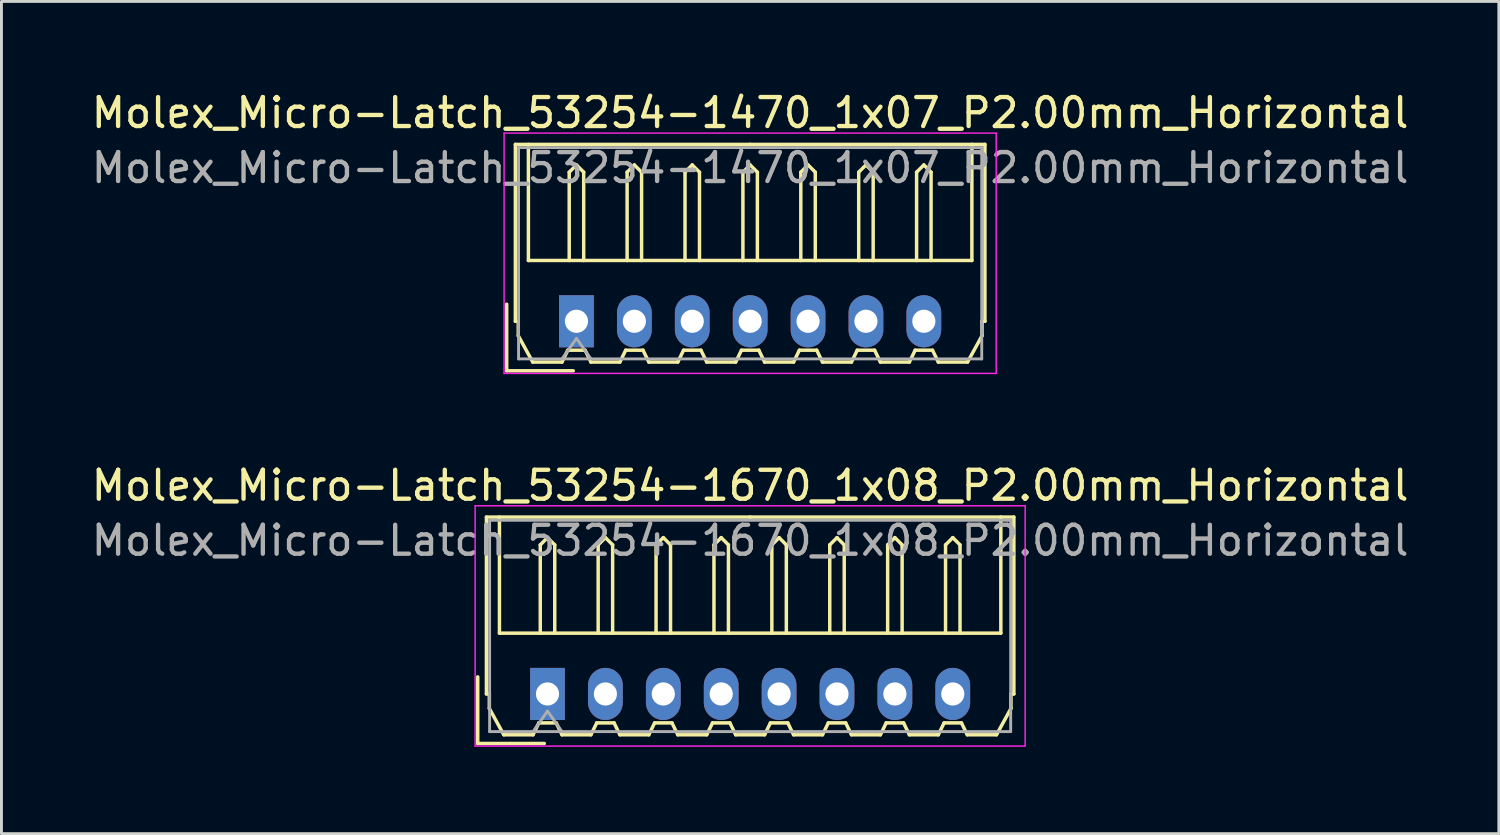
<source format=kicad_pcb>
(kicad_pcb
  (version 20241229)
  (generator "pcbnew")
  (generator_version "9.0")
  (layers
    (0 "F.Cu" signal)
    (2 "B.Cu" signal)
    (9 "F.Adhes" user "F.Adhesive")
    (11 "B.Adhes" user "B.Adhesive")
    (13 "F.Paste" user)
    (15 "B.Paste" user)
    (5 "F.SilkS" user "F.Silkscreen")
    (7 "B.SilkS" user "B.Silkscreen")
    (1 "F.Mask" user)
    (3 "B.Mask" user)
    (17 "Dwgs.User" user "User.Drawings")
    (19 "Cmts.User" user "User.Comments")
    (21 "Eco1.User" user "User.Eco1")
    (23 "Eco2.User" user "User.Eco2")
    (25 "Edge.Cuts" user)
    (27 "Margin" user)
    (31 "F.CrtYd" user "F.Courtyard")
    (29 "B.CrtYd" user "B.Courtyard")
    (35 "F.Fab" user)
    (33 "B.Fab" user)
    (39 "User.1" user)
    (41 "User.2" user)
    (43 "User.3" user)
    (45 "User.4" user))
  (footprint "Molex_Micro-Latch_53254-1470_1x07_P2.00mm_Horizontal"
    (layer "F.Cu")
    (at 16.863 8.048)
    (property "Reference" "Molex_Micro-Latch_53254-1470_1x07_P2.00mm_Horizontal" (at 6 -7.2 0) (layer "F.SilkS") (effects (font (size 1 1) (thickness 0.15))))
    (attr through_hole)
    (fp_line (start -2.41 1.71) (end -2.41 -0.59) (stroke (width 0.12) (type solid)) (layer "F.SilkS"))
    (fp_line (start -2.11 -6.11) (end 6 -6.11) (stroke (width 0.12) (type solid)) (layer "F.SilkS"))
    (fp_line (start -2.11 0) (end -2.11 -6.11) (stroke (width 0.12) (type solid)) (layer "F.SilkS"))
    (fp_line (start -2.01 0) (end -2.11 0) (stroke (width 0.12) (type solid)) (layer "F.SilkS"))
    (fp_line (start -2.01 0.5) (end -2.01 0) (stroke (width 0.12) (type solid)) (layer "F.SilkS"))
    (fp_line (start -1.66 -6.11) (end -1.66 -2.1) (stroke (width 0.12) (type solid)) (layer "F.SilkS"))
    (fp_line (start -1.66 -2.1) (end 13.66 -2.1) (stroke (width 0.12) (type solid)) (layer "F.SilkS"))
    (fp_line (start -1.51 1.41) (end -2.01 0.5) (stroke (width 0.12) (type solid)) (layer "F.SilkS"))
    (fp_line (start -0.5 1.41) (end -1.51 1.41) (stroke (width 0.12) (type solid)) (layer "F.SilkS"))
    (fp_line (start -0.3 1) (end -0.5 1.41) (stroke (width 0.12) (type solid)) (layer "F.SilkS"))
    (fp_line (start -0.3 1) (end 0.3 1) (stroke (width 0.12) (type solid)) (layer "F.SilkS"))
    (fp_line (start -0.25 -5.15) (end 0 -5.4) (stroke (width 0.12) (type solid)) (layer "F.SilkS"))
    (fp_line (start -0.25 -2.1) (end -0.25 -5.15) (stroke (width 0.12) (type solid)) (layer "F.SilkS"))
    (fp_line (start -0.11 1.71) (end -2.41 1.71) (stroke (width 0.12) (type solid)) (layer "F.SilkS"))
    (fp_line (start 0 -5.4) (end 0.25 -5.15) (stroke (width 0.12) (type solid)) (layer "F.SilkS"))
    (fp_line (start 0.25 -5.15) (end 0.25 -2.1) (stroke (width 0.12) (type solid)) (layer "F.SilkS"))
    (fp_line (start 0.3 1) (end 0.5 1.41) (stroke (width 0.12) (type solid)) (layer "F.SilkS"))
    (fp_line (start 0.5 1.41) (end 1.5 1.41) (stroke (width 0.12) (type solid)) (layer "F.SilkS"))
    (fp_line (start 1.5 1.41) (end 1.7 1) (stroke (width 0.12) (type solid)) (layer "F.SilkS"))
    (fp_line (start 1.7 1) (end 2.3 1) (stroke (width 0.12) (type solid)) (layer "F.SilkS"))
    (fp_line (start 1.75 -5.15) (end 2 -5.4) (stroke (width 0.12) (type solid)) (layer "F.SilkS"))
    (fp_line (start 1.75 -2.1) (end 1.75 -5.15) (stroke (width 0.12) (type solid)) (layer "F.SilkS"))
    (fp_line (start 2 -5.4) (end 2.25 -5.15) (stroke (width 0.12) (type solid)) (layer "F.SilkS"))
    (fp_line (start 2.25 -5.15) (end 2.25 -2.1) (stroke (width 0.12) (type solid)) (layer "F.SilkS"))
    (fp_line (start 2.3 1) (end 2.5 1.41) (stroke (width 0.12) (type solid)) (layer "F.SilkS"))
    (fp_line (start 2.5 1.41) (end 3.5 1.41) (stroke (width 0.12) (type solid)) (layer "F.SilkS"))
    (fp_line (start 3.5 1.41) (end 3.7 1) (stroke (width 0.12) (type solid)) (layer "F.SilkS"))
    (fp_line (start 3.7 1) (end 4.3 1) (stroke (width 0.12) (type solid)) (layer "F.SilkS"))
    (fp_line (start 3.75 -5.15) (end 4 -5.4) (stroke (width 0.12) (type solid)) (layer "F.SilkS"))
    (fp_line (start 3.75 -2.1) (end 3.75 -5.15) (stroke (width 0.12) (type solid)) (layer "F.SilkS"))
    (fp_line (start 4 -5.4) (end 4.25 -5.15) (stroke (width 0.12) (type solid)) (layer "F.SilkS"))
    (fp_line (start 4.25 -5.15) (end 4.25 -2.1) (stroke (width 0.12) (type solid)) (layer "F.SilkS"))
    (fp_line (start 4.3 1) (end 4.5 1.41) (stroke (width 0.12) (type solid)) (layer "F.SilkS"))
    (fp_line (start 4.5 1.41) (end 5.5 1.41) (stroke (width 0.12) (type solid)) (layer "F.SilkS"))
    (fp_line (start 5.5 1.41) (end 5.7 1) (stroke (width 0.12) (type solid)) (layer "F.SilkS"))
    (fp_line (start 5.7 1) (end 6.3 1) (stroke (width 0.12) (type solid)) (layer "F.SilkS"))
    (fp_line (start 5.75 -5.15) (end 6 -5.4) (stroke (width 0.12) (type solid)) (layer "F.SilkS"))
    (fp_line (start 5.75 -2.1) (end 5.75 -5.15) (stroke (width 0.12) (type solid)) (layer "F.SilkS"))
    (fp_line (start 6 -5.4) (end 6.25 -5.15) (stroke (width 0.12) (type solid)) (layer "F.SilkS"))
    (fp_line (start 6.25 -5.15) (end 6.25 -2.1) (stroke (width 0.12) (type solid)) (layer "F.SilkS"))
    (fp_line (start 6.3 1) (end 6.5 1.41) (stroke (width 0.12) (type solid)) (layer "F.SilkS"))
    (fp_line (start 6.5 1.41) (end 7.5 1.41) (stroke (width 0.12) (type solid)) (layer "F.SilkS"))
    (fp_line (start 7.5 1.41) (end 7.7 1) (stroke (width 0.12) (type solid)) (layer "F.SilkS"))
    (fp_line (start 7.7 1) (end 8.3 1) (stroke (width 0.12) (type solid)) (layer "F.SilkS"))
    (fp_line (start 7.75 -5.15) (end 8 -5.4) (stroke (width 0.12) (type solid)) (layer "F.SilkS"))
    (fp_line (start 7.75 -2.1) (end 7.75 -5.15) (stroke (width 0.12) (type solid)) (layer "F.SilkS"))
    (fp_line (start 8 -5.4) (end 8.25 -5.15) (stroke (width 0.12) (type solid)) (layer "F.SilkS"))
    (fp_line (start 8.25 -5.15) (end 8.25 -2.1) (stroke (width 0.12) (type solid)) (layer "F.SilkS"))
    (fp_line (start 8.3 1) (end 8.5 1.41) (stroke (width 0.12) (type solid)) (layer "F.SilkS"))
    (fp_line (start 8.5 1.41) (end 9.5 1.41) (stroke (width 0.12) (type solid)) (layer "F.SilkS"))
    (fp_line (start 9.5 1.41) (end 9.7 1) (stroke (width 0.12) (type solid)) (layer "F.SilkS"))
    (fp_line (start 9.7 1) (end 10.3 1) (stroke (width 0.12) (type solid)) (layer "F.SilkS"))
    (fp_line (start 9.75 -5.15) (end 10 -5.4) (stroke (width 0.12) (type solid)) (layer "F.SilkS"))
    (fp_line (start 9.75 -2.1) (end 9.75 -5.15) (stroke (width 0.12) (type solid)) (layer "F.SilkS"))
    (fp_line (start 10 -5.4) (end 10.25 -5.15) (stroke (width 0.12) (type solid)) (layer "F.SilkS"))
    (fp_line (start 10.25 -5.15) (end 10.25 -2.1) (stroke (width 0.12) (type solid)) (layer "F.SilkS"))
    (fp_line (start 10.3 1) (end 10.5 1.41) (stroke (width 0.12) (type solid)) (layer "F.SilkS"))
    (fp_line (start 10.5 1.41) (end 11.5 1.41) (stroke (width 0.12) (type solid)) (layer "F.SilkS"))
    (fp_line (start 11.5 1.41) (end 11.7 1) (stroke (width 0.12) (type solid)) (layer "F.SilkS"))
    (fp_line (start 11.7 1) (end 12.3 1) (stroke (width 0.12) (type solid)) (layer "F.SilkS"))
    (fp_line (start 11.75 -5.15) (end 12 -5.4) (stroke (width 0.12) (type solid)) (layer "F.SilkS"))
    (fp_line (start 11.75 -2.1) (end 11.75 -5.15) (stroke (width 0.12) (type solid)) (layer "F.SilkS"))
    (fp_line (start 12 -5.4) (end 12.25 -5.15) (stroke (width 0.12) (type solid)) (layer "F.SilkS"))
    (fp_line (start 12.25 -5.15) (end 12.25 -2.1) (stroke (width 0.12) (type solid)) (layer "F.SilkS"))
    (fp_line (start 12.3 1) (end 12.5 1.41) (stroke (width 0.12) (type solid)) (layer "F.SilkS"))
    (fp_line (start 12.5 1.41) (end 13.51 1.41) (stroke (width 0.12) (type solid)) (layer "F.SilkS"))
    (fp_line (start 13.51 1.41) (end 14.01 0.5) (stroke (width 0.12) (type solid)) (layer "F.SilkS"))
    (fp_line (start 13.66 -2.1) (end 13.66 -6.11) (stroke (width 0.12) (type solid)) (layer "F.SilkS"))
    (fp_line (start 14.01 0) (end 14.11 0) (stroke (width 0.12) (type solid)) (layer "F.SilkS"))
    (fp_line (start 14.01 0.5) (end 14.01 0) (stroke (width 0.12) (type solid)) (layer "F.SilkS"))
    (fp_line (start 14.11 -6.11) (end 6 -6.11) (stroke (width 0.12) (type solid)) (layer "F.SilkS"))
    (fp_line (start 14.11 0) (end 14.11 -6.11) (stroke (width 0.12) (type solid)) (layer "F.SilkS"))
    (fp_line (start -2.5 -6.5) (end -2.5 1.8) (stroke (width 0.05) (type solid)) (layer "F.CrtYd"))
    (fp_line (start -2.5 1.8) (end 14.5 1.8) (stroke (width 0.05) (type solid)) (layer "F.CrtYd"))
    (fp_line (start 14.5 -6.5) (end -2.5 -6.5) (stroke (width 0.05) (type solid)) (layer "F.CrtYd"))
    (fp_line (start 14.5 1.8) (end 14.5 -6.5) (stroke (width 0.05) (type solid)) (layer "F.CrtYd"))
    (fp_line (start -2 -6) (end -2 1.3) (stroke (width 0.1) (type solid)) (layer "F.Fab"))
    (fp_line (start -2 1.3) (end 14 1.3) (stroke (width 0.1) (type solid)) (layer "F.Fab"))
    (fp_line (start -0.5 1.3) (end 0 0.593) (stroke (width 0.1) (type solid)) (layer "F.Fab"))
    (fp_line (start 0 0.593) (end 0.5 1.3) (stroke (width 0.1) (type solid)) (layer "F.Fab"))
    (fp_line (start 14 -6) (end -2 -6) (stroke (width 0.1) (type solid)) (layer "F.Fab"))
    (fp_line (start 14 1.3) (end 14 -6) (stroke (width 0.1) (type solid)) (layer "F.Fab"))
    (fp_text user "${REFERENCE}" (at 6 -5.3 0) (layer "F.Fab") (effects (font (size 1 1) (thickness 0.15))))
    (pad "1" thru_hole rect (at 0 0) (size 1.2 1.8) (drill 0.8) (layers "*.Cu" "*.Mask"))
    (pad "2" thru_hole oval (at 2 0) (size 1.2 1.8) (drill 0.8) (layers "*.Cu" "*.Mask"))
    (pad "3" thru_hole oval (at 4 0) (size 1.2 1.8) (drill 0.8) (layers "*.Cu" "*.Mask"))
    (pad "4" thru_hole oval (at 6 0) (size 1.2 1.8) (drill 0.8) (layers "*.Cu" "*.Mask"))
    (pad "5" thru_hole oval (at 8 0) (size 1.2 1.8) (drill 0.8) (layers "*.Cu" "*.Mask"))
    (pad "6" thru_hole oval (at 10 0) (size 1.2 1.8) (drill 0.8) (layers "*.Cu" "*.Mask"))
    (pad "7" thru_hole oval (at 12 0) (size 1.2 1.8) (drill 0.8) (layers "*.Cu" "*.Mask")))
  (footprint "Molex_Micro-Latch_53254-1670_1x08_P2.00mm_Horizontal"
    (layer "F.Cu")
    (at 15.863 20.922)
    (property "Reference" "Molex_Micro-Latch_53254-1670_1x08_P2.00mm_Horizontal" (at 7 -7.2 0) (layer "F.SilkS") (effects (font (size 1 1) (thickness 0.15))))
    (attr through_hole)
    (fp_line (start -2.41 1.71) (end -2.41 -0.59) (stroke (width 0.12) (type solid)) (layer "F.SilkS"))
    (fp_line (start -2.11 -6.11) (end 7 -6.11) (stroke (width 0.12) (type solid)) (layer "F.SilkS"))
    (fp_line (start -2.11 0) (end -2.11 -6.11) (stroke (width 0.12) (type solid)) (layer "F.SilkS"))
    (fp_line (start -2.01 0) (end -2.11 0) (stroke (width 0.12) (type solid)) (layer "F.SilkS"))
    (fp_line (start -2.01 0.5) (end -2.01 0) (stroke (width 0.12) (type solid)) (layer "F.SilkS"))
    (fp_line (start -1.66 -6.11) (end -1.66 -2.1) (stroke (width 0.12) (type solid)) (layer "F.SilkS"))
    (fp_line (start -1.66 -2.1) (end 15.66 -2.1) (stroke (width 0.12) (type solid)) (layer "F.SilkS"))
    (fp_line (start -1.51 1.41) (end -2.01 0.5) (stroke (width 0.12) (type solid)) (layer "F.SilkS"))
    (fp_line (start -0.5 1.41) (end -1.51 1.41) (stroke (width 0.12) (type solid)) (layer "F.SilkS"))
    (fp_line (start -0.3 1) (end -0.5 1.41) (stroke (width 0.12) (type solid)) (layer "F.SilkS"))
    (fp_line (start -0.3 1) (end 0.3 1) (stroke (width 0.12) (type solid)) (layer "F.SilkS"))
    (fp_line (start -0.25 -5.15) (end 0 -5.4) (stroke (width 0.12) (type solid)) (layer "F.SilkS"))
    (fp_line (start -0.25 -2.1) (end -0.25 -5.15) (stroke (width 0.12) (type solid)) (layer "F.SilkS"))
    (fp_line (start -0.11 1.71) (end -2.41 1.71) (stroke (width 0.12) (type solid)) (layer "F.SilkS"))
    (fp_line (start 0 -5.4) (end 0.25 -5.15) (stroke (width 0.12) (type solid)) (layer "F.SilkS"))
    (fp_line (start 0.25 -5.15) (end 0.25 -2.1) (stroke (width 0.12) (type solid)) (layer "F.SilkS"))
    (fp_line (start 0.3 1) (end 0.5 1.41) (stroke (width 0.12) (type solid)) (layer "F.SilkS"))
    (fp_line (start 0.5 1.41) (end 1.5 1.41) (stroke (width 0.12) (type solid)) (layer "F.SilkS"))
    (fp_line (start 1.5 1.41) (end 1.7 1) (stroke (width 0.12) (type solid)) (layer "F.SilkS"))
    (fp_line (start 1.7 1) (end 2.3 1) (stroke (width 0.12) (type solid)) (layer "F.SilkS"))
    (fp_line (start 1.75 -5.15) (end 2 -5.4) (stroke (width 0.12) (type solid)) (layer "F.SilkS"))
    (fp_line (start 1.75 -2.1) (end 1.75 -5.15) (stroke (width 0.12) (type solid)) (layer "F.SilkS"))
    (fp_line (start 2 -5.4) (end 2.25 -5.15) (stroke (width 0.12) (type solid)) (layer "F.SilkS"))
    (fp_line (start 2.25 -5.15) (end 2.25 -2.1) (stroke (width 0.12) (type solid)) (layer "F.SilkS"))
    (fp_line (start 2.3 1) (end 2.5 1.41) (stroke (width 0.12) (type solid)) (layer "F.SilkS"))
    (fp_line (start 2.5 1.41) (end 3.5 1.41) (stroke (width 0.12) (type solid)) (layer "F.SilkS"))
    (fp_line (start 3.5 1.41) (end 3.7 1) (stroke (width 0.12) (type solid)) (layer "F.SilkS"))
    (fp_line (start 3.7 1) (end 4.3 1) (stroke (width 0.12) (type solid)) (layer "F.SilkS"))
    (fp_line (start 3.75 -5.15) (end 4 -5.4) (stroke (width 0.12) (type solid)) (layer "F.SilkS"))
    (fp_line (start 3.75 -2.1) (end 3.75 -5.15) (stroke (width 0.12) (type solid)) (layer "F.SilkS"))
    (fp_line (start 4 -5.4) (end 4.25 -5.15) (stroke (width 0.12) (type solid)) (layer "F.SilkS"))
    (fp_line (start 4.25 -5.15) (end 4.25 -2.1) (stroke (width 0.12) (type solid)) (layer "F.SilkS"))
    (fp_line (start 4.3 1) (end 4.5 1.41) (stroke (width 0.12) (type solid)) (layer "F.SilkS"))
    (fp_line (start 4.5 1.41) (end 5.5 1.41) (stroke (width 0.12) (type solid)) (layer "F.SilkS"))
    (fp_line (start 5.5 1.41) (end 5.7 1) (stroke (width 0.12) (type solid)) (layer "F.SilkS"))
    (fp_line (start 5.7 1) (end 6.3 1) (stroke (width 0.12) (type solid)) (layer "F.SilkS"))
    (fp_line (start 5.75 -5.15) (end 6 -5.4) (stroke (width 0.12) (type solid)) (layer "F.SilkS"))
    (fp_line (start 5.75 -2.1) (end 5.75 -5.15) (stroke (width 0.12) (type solid)) (layer "F.SilkS"))
    (fp_line (start 6 -5.4) (end 6.25 -5.15) (stroke (width 0.12) (type solid)) (layer "F.SilkS"))
    (fp_line (start 6.25 -5.15) (end 6.25 -2.1) (stroke (width 0.12) (type solid)) (layer "F.SilkS"))
    (fp_line (start 6.3 1) (end 6.5 1.41) (stroke (width 0.12) (type solid)) (layer "F.SilkS"))
    (fp_line (start 6.5 1.41) (end 7.5 1.41) (stroke (width 0.12) (type solid)) (layer "F.SilkS"))
    (fp_line (start 7.5 1.41) (end 7.7 1) (stroke (width 0.12) (type solid)) (layer "F.SilkS"))
    (fp_line (start 7.7 1) (end 8.3 1) (stroke (width 0.12) (type solid)) (layer "F.SilkS"))
    (fp_line (start 7.75 -5.15) (end 8 -5.4) (stroke (width 0.12) (type solid)) (layer "F.SilkS"))
    (fp_line (start 7.75 -2.1) (end 7.75 -5.15) (stroke (width 0.12) (type solid)) (layer "F.SilkS"))
    (fp_line (start 8 -5.4) (end 8.25 -5.15) (stroke (width 0.12) (type solid)) (layer "F.SilkS"))
    (fp_line (start 8.25 -5.15) (end 8.25 -2.1) (stroke (width 0.12) (type solid)) (layer "F.SilkS"))
    (fp_line (start 8.3 1) (end 8.5 1.41) (stroke (width 0.12) (type solid)) (layer "F.SilkS"))
    (fp_line (start 8.5 1.41) (end 9.5 1.41) (stroke (width 0.12) (type solid)) (layer "F.SilkS"))
    (fp_line (start 9.5 1.41) (end 9.7 1) (stroke (width 0.12) (type solid)) (layer "F.SilkS"))
    (fp_line (start 9.7 1) (end 10.3 1) (stroke (width 0.12) (type solid)) (layer "F.SilkS"))
    (fp_line (start 9.75 -5.15) (end 10 -5.4) (stroke (width 0.12) (type solid)) (layer "F.SilkS"))
    (fp_line (start 9.75 -2.1) (end 9.75 -5.15) (stroke (width 0.12) (type solid)) (layer "F.SilkS"))
    (fp_line (start 10 -5.4) (end 10.25 -5.15) (stroke (width 0.12) (type solid)) (layer "F.SilkS"))
    (fp_line (start 10.25 -5.15) (end 10.25 -2.1) (stroke (width 0.12) (type solid)) (layer "F.SilkS"))
    (fp_line (start 10.3 1) (end 10.5 1.41) (stroke (width 0.12) (type solid)) (layer "F.SilkS"))
    (fp_line (start 10.5 1.41) (end 11.5 1.41) (stroke (width 0.12) (type solid)) (layer "F.SilkS"))
    (fp_line (start 11.5 1.41) (end 11.7 1) (stroke (width 0.12) (type solid)) (layer "F.SilkS"))
    (fp_line (start 11.7 1) (end 12.3 1) (stroke (width 0.12) (type solid)) (layer "F.SilkS"))
    (fp_line (start 11.75 -5.15) (end 12 -5.4) (stroke (width 0.12) (type solid)) (layer "F.SilkS"))
    (fp_line (start 11.75 -2.1) (end 11.75 -5.15) (stroke (width 0.12) (type solid)) (layer "F.SilkS"))
    (fp_line (start 12 -5.4) (end 12.25 -5.15) (stroke (width 0.12) (type solid)) (layer "F.SilkS"))
    (fp_line (start 12.25 -5.15) (end 12.25 -2.1) (stroke (width 0.12) (type solid)) (layer "F.SilkS"))
    (fp_line (start 12.3 1) (end 12.5 1.41) (stroke (width 0.12) (type solid)) (layer "F.SilkS"))
    (fp_line (start 12.5 1.41) (end 13.5 1.41) (stroke (width 0.12) (type solid)) (layer "F.SilkS"))
    (fp_line (start 13.5 1.41) (end 13.7 1) (stroke (width 0.12) (type solid)) (layer "F.SilkS"))
    (fp_line (start 13.7 1) (end 14.3 1) (stroke (width 0.12) (type solid)) (layer "F.SilkS"))
    (fp_line (start 13.75 -5.15) (end 14 -5.4) (stroke (width 0.12) (type solid)) (layer "F.SilkS"))
    (fp_line (start 13.75 -2.1) (end 13.75 -5.15) (stroke (width 0.12) (type solid)) (layer "F.SilkS"))
    (fp_line (start 14 -5.4) (end 14.25 -5.15) (stroke (width 0.12) (type solid)) (layer "F.SilkS"))
    (fp_line (start 14.25 -5.15) (end 14.25 -2.1) (stroke (width 0.12) (type solid)) (layer "F.SilkS"))
    (fp_line (start 14.3 1) (end 14.5 1.41) (stroke (width 0.12) (type solid)) (layer "F.SilkS"))
    (fp_line (start 14.5 1.41) (end 15.51 1.41) (stroke (width 0.12) (type solid)) (layer "F.SilkS"))
    (fp_line (start 15.51 1.41) (end 16.01 0.5) (stroke (width 0.12) (type solid)) (layer "F.SilkS"))
    (fp_line (start 15.66 -2.1) (end 15.66 -6.11) (stroke (width 0.12) (type solid)) (layer "F.SilkS"))
    (fp_line (start 16.01 0) (end 16.11 0) (stroke (width 0.12) (type solid)) (layer "F.SilkS"))
    (fp_line (start 16.01 0.5) (end 16.01 0) (stroke (width 0.12) (type solid)) (layer "F.SilkS"))
    (fp_line (start 16.11 -6.11) (end 7 -6.11) (stroke (width 0.12) (type solid)) (layer "F.SilkS"))
    (fp_line (start 16.11 0) (end 16.11 -6.11) (stroke (width 0.12) (type solid)) (layer "F.SilkS"))
    (fp_line (start -2.5 -6.5) (end -2.5 1.8) (stroke (width 0.05) (type solid)) (layer "F.CrtYd"))
    (fp_line (start -2.5 1.8) (end 16.5 1.8) (stroke (width 0.05) (type solid)) (layer "F.CrtYd"))
    (fp_line (start 16.5 -6.5) (end -2.5 -6.5) (stroke (width 0.05) (type solid)) (layer "F.CrtYd"))
    (fp_line (start 16.5 1.8) (end 16.5 -6.5) (stroke (width 0.05) (type solid)) (layer "F.CrtYd"))
    (fp_line (start -2 -6) (end -2 1.3) (stroke (width 0.1) (type solid)) (layer "F.Fab"))
    (fp_line (start -2 1.3) (end 16 1.3) (stroke (width 0.1) (type solid)) (layer "F.Fab"))
    (fp_line (start -0.5 1.3) (end 0 0.593) (stroke (width 0.1) (type solid)) (layer "F.Fab"))
    (fp_line (start 0 0.593) (end 0.5 1.3) (stroke (width 0.1) (type solid)) (layer "F.Fab"))
    (fp_line (start 16 -6) (end -2 -6) (stroke (width 0.1) (type solid)) (layer "F.Fab"))
    (fp_line (start 16 1.3) (end 16 -6) (stroke (width 0.1) (type solid)) (layer "F.Fab"))
    (fp_text user "${REFERENCE}" (at 7 -5.3 0) (layer "F.Fab") (effects (font (size 1 1) (thickness 0.15))))
    (pad "1" thru_hole rect (at 0 0) (size 1.2 1.8) (drill 0.8) (layers "*.Cu" "*.Mask"))
    (pad "2" thru_hole oval (at 2 0) (size 1.2 1.8) (drill 0.8) (layers "*.Cu" "*.Mask"))
    (pad "3" thru_hole oval (at 4 0) (size 1.2 1.8) (drill 0.8) (layers "*.Cu" "*.Mask"))
    (pad "4" thru_hole oval (at 6 0) (size 1.2 1.8) (drill 0.8) (layers "*.Cu" "*.Mask"))
    (pad "5" thru_hole oval (at 8 0) (size 1.2 1.8) (drill 0.8) (layers "*.Cu" "*.Mask"))
    (pad "6" thru_hole oval (at 10 0) (size 1.2 1.8) (drill 0.8) (layers "*.Cu" "*.Mask"))
    (pad "7" thru_hole oval (at 12 0) (size 1.2 1.8) (drill 0.8) (layers "*.Cu" "*.Mask"))
    (pad "8" thru_hole oval (at 14 0) (size 1.2 1.8) (drill 0.8) (layers "*.Cu" "*.Mask")))
  (gr_rect
    (start -3 -3)
    (end 48.726 25.747)
    (stroke (width 0.1) (type default))
    (fill no)
    (layer "Edge.Cuts")))
</source>
